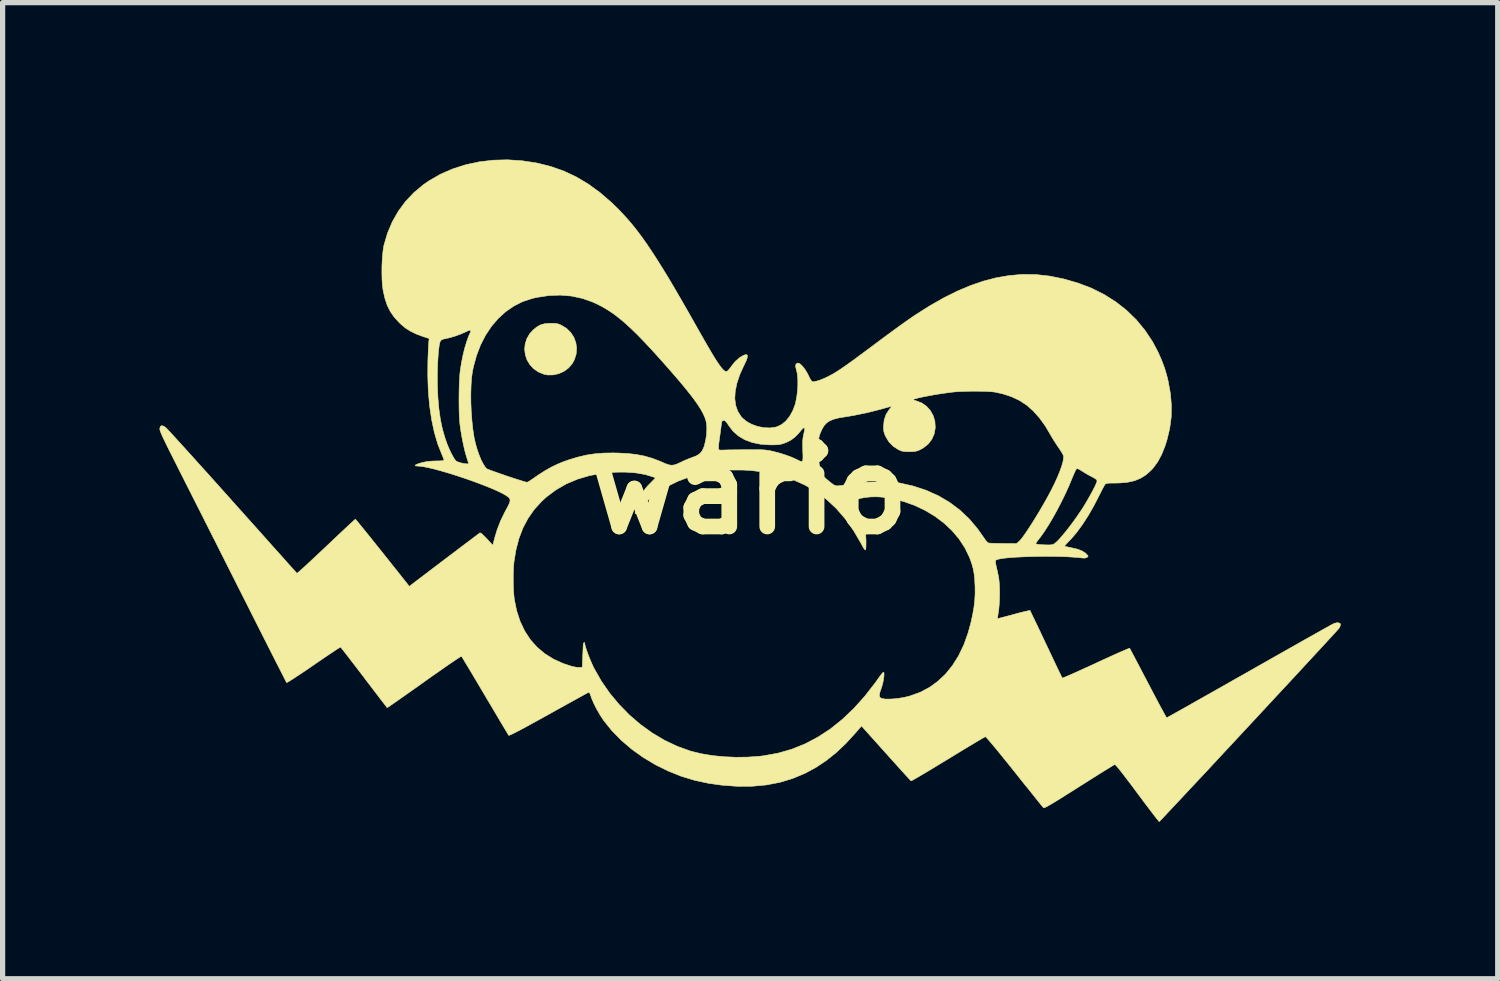
<source format=kicad_pcb>
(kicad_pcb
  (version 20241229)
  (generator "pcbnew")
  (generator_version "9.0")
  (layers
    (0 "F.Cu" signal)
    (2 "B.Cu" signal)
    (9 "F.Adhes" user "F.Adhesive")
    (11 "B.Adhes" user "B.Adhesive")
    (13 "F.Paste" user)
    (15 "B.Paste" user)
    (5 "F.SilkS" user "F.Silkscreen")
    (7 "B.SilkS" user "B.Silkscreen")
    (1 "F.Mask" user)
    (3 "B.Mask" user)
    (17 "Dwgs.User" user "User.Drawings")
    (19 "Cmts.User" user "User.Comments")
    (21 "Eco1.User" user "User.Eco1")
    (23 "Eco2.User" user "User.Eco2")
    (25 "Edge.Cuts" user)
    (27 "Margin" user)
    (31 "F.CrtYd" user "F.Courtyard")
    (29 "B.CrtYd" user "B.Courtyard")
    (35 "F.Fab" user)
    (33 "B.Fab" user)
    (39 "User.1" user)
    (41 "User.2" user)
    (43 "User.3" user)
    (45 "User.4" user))
  (footprint "wario"
    (layer "F.Cu")
    (at 11.291 6.326)
    (property "Reference" "wario" (at 0 0 0) (layer "F.SilkS") (effects (font (size 1.524 1.524) (thickness 0.3))))
    (attr through_hole)
    (fp_poly (pts (xy -3.75 -3.194) (xy -3.701 -3.19) (xy -3.66 -3.18) (xy -3.617 -3.162) (xy -3.611 -3.159) (xy -3.51 -3.098) (xy -3.43 -3.019) (xy -3.37 -2.927) (xy -3.332 -2.825) (xy -3.317 -2.717) (xy -3.326 -2.607) (xy -3.36 -2.499) (xy -3.403 -2.422) (xy -3.471 -2.342) (xy -3.558 -2.278) (xy -3.657 -2.233) (xy -3.762 -2.209) (xy -3.868 -2.207) (xy -3.938 -2.22) (xy -4.047 -2.264) (xy -4.138 -2.326) (xy -4.211 -2.405) (xy -4.265 -2.494) (xy -4.298 -2.593) (xy -4.311 -2.696) (xy -4.301 -2.8) (xy -4.269 -2.901) (xy -4.213 -2.997) (xy -4.15 -3.066) (xy -4.079 -3.125) (xy -4.01 -3.164) (xy -3.934 -3.186) (xy -3.843 -3.195) (xy -3.817 -3.195) (xy -3.75 -3.194)) (stroke (width 0.01) (type solid)) (fill yes) (layer "F.SilkS"))
    (fp_poly (pts (xy -4.361 -6.303) (xy -4.081 -6.26) (xy -4.069 -6.258) (xy -3.81 -6.193) (xy -3.562 -6.106) (xy -3.324 -5.994) (xy -3.094 -5.857) (xy -2.87 -5.694) (xy -2.65 -5.504) (xy -2.591 -5.447) (xy -2.5 -5.357) (xy -2.412 -5.263) (xy -2.325 -5.166) (xy -2.238 -5.063) (xy -2.151 -4.953) (xy -2.062 -4.833) (xy -1.97 -4.703) (xy -1.875 -4.561) (xy -1.774 -4.405) (xy -1.667 -4.234) (xy -1.552 -4.046) (xy -1.43 -3.839) (xy -1.298 -3.611) (xy -1.155 -3.362) (xy -1.001 -3.09) (xy -0.905 -2.92) (xy -0.82 -2.773) (xy -0.747 -2.648) (xy -0.684 -2.543) (xy -0.63 -2.459) (xy -0.584 -2.392) (xy -0.545 -2.341) (xy -0.513 -2.305) (xy -0.486 -2.283) (xy -0.464 -2.273) (xy -0.455 -2.272) (xy -0.431 -2.285) (xy -0.396 -2.322) (xy -0.363 -2.368) (xy -0.285 -2.466) (xy -0.202 -2.538) (xy -0.145 -2.573) (xy -0.097 -2.594) (xy -0.066 -2.596) (xy -0.052 -2.578) (xy -0.055 -2.541) (xy -0.075 -2.482) (xy -0.112 -2.402) (xy -0.119 -2.39) (xy -0.198 -2.215) (xy -0.253 -2.05) (xy -0.285 -1.897) (xy -0.293 -1.757) (xy -0.277 -1.629) (xy -0.237 -1.514) (xy -0.174 -1.414) (xy -0.15 -1.386) (xy -0.068 -1.318) (xy 0.032 -1.263) (xy 0.144 -1.223) (xy 0.262 -1.2) (xy 0.379 -1.195) (xy 0.488 -1.211) (xy 0.519 -1.22) (xy 0.605 -1.262) (xy 0.685 -1.329) (xy 0.756 -1.418) (xy 0.815 -1.523) (xy 0.86 -1.642) (xy 0.868 -1.672) (xy 0.89 -1.781) (xy 0.905 -1.898) (xy 0.912 -2.015) (xy 0.911 -2.127) (xy 0.902 -2.227) (xy 0.884 -2.307) (xy 0.881 -2.317) (xy 0.868 -2.373) (xy 0.875 -2.412) (xy 0.902 -2.434) (xy 0.907 -2.435) (xy 0.936 -2.431) (xy 0.972 -2.404) (xy 1.013 -2.361) (xy 1.055 -2.304) (xy 1.095 -2.238) (xy 1.117 -2.193) (xy 1.142 -2.142) (xy 1.166 -2.103) (xy 1.186 -2.082) (xy 1.189 -2.08) (xy 1.223 -2.08) (xy 1.276 -2.091) (xy 1.344 -2.113) (xy 1.42 -2.144) (xy 1.488 -2.176) (xy 1.539 -2.203) (xy 1.592 -2.232) (xy 1.649 -2.267) (xy 1.712 -2.307) (xy 1.783 -2.356) (xy 1.865 -2.413) (xy 1.96 -2.481) (xy 2.07 -2.562) (xy 2.197 -2.656) (xy 2.344 -2.765) (xy 2.391 -2.801) (xy 2.508 -2.888) (xy 2.627 -2.976) (xy 2.745 -3.063) (xy 2.857 -3.144) (xy 2.96 -3.218) (xy 3.051 -3.281) (xy 3.124 -3.332) (xy 3.151 -3.35) (xy 3.431 -3.528) (xy 3.7 -3.681) (xy 3.959 -3.81) (xy 4.21 -3.916) (xy 4.456 -4.001) (xy 4.697 -4.064) (xy 4.937 -4.106) (xy 5.176 -4.128) (xy 5.214 -4.13) (xy 5.467 -4.127) (xy 5.726 -4.098) (xy 5.993 -4.044) (xy 6.267 -3.965) (xy 6.526 -3.867) (xy 6.767 -3.746) (xy 6.991 -3.605) (xy 7.197 -3.443) (xy 7.383 -3.262) (xy 7.548 -3.062) (xy 7.693 -2.844) (xy 7.796 -2.65) (xy 7.867 -2.489) (xy 7.924 -2.338) (xy 7.969 -2.183) (xy 7.992 -2.087) (xy 8.035 -1.849) (xy 8.054 -1.622) (xy 8.05 -1.401) (xy 8.021 -1.183) (xy 7.968 -0.963) (xy 7.933 -0.852) (xy 7.867 -0.687) (xy 7.791 -0.545) (xy 7.703 -0.426) (xy 7.662 -0.382) (xy 7.566 -0.297) (xy 7.464 -0.233) (xy 7.35 -0.186) (xy 7.221 -0.157) (xy 7.074 -0.143) (xy 6.992 -0.141) (xy 6.914 -0.141) (xy 6.86 -0.139) (xy 6.824 -0.135) (xy 6.802 -0.129) (xy 6.788 -0.12) (xy 6.785 -0.116) (xy 6.772 -0.095) (xy 6.749 -0.054) (xy 6.72 0.002) (xy 6.686 0.069) (xy 6.671 0.099) (xy 6.568 0.299) (xy 6.461 0.485) (xy 6.352 0.653) (xy 6.244 0.801) (xy 6.138 0.926) (xy 6.102 0.963) (xy 6.062 1.004) (xy 6.031 1.038) (xy 6.015 1.06) (xy 6.013 1.065) (xy 6.03 1.071) (xy 6.067 1.08) (xy 6.118 1.09) (xy 6.139 1.095) (xy 6.252 1.121) (xy 6.34 1.154) (xy 6.406 1.194) (xy 6.429 1.216) (xy 6.454 1.243) (xy 6.461 1.259) (xy 6.452 1.271) (xy 6.442 1.279) (xy 6.402 1.294) (xy 6.357 1.292) (xy 6.265 1.282) (xy 6.157 1.274) (xy 6.036 1.267) (xy 5.905 1.263) (xy 5.767 1.261) (xy 5.626 1.26) (xy 5.484 1.262) (xy 5.345 1.265) (xy 5.212 1.27) (xy 5.087 1.276) (xy 4.975 1.284) (xy 4.877 1.293) (xy 4.798 1.304) (xy 4.739 1.316) (xy 4.705 1.329) (xy 4.701 1.332) (xy 4.692 1.345) (xy 4.69 1.365) (xy 4.694 1.398) (xy 4.704 1.449) (xy 4.711 1.477) (xy 4.727 1.547) (xy 4.742 1.62) (xy 4.754 1.683) (xy 4.755 1.693) (xy 4.763 1.77) (xy 4.768 1.865) (xy 4.769 1.973) (xy 4.767 2.083) (xy 4.761 2.187) (xy 4.753 2.278) (xy 4.748 2.313) (xy 4.739 2.37) (xy 4.733 2.416) (xy 4.73 2.444) (xy 4.73 2.449) (xy 4.745 2.447) (xy 4.782 2.438) (xy 4.839 2.423) (xy 4.911 2.404) (xy 4.995 2.382) (xy 5.038 2.37) (xy 5.126 2.346) (xy 5.205 2.326) (xy 5.27 2.311) (xy 5.319 2.3) (xy 5.346 2.296) (xy 5.35 2.297) (xy 5.358 2.311) (xy 5.376 2.349) (xy 5.404 2.407) (xy 5.441 2.483) (xy 5.485 2.575) (xy 5.535 2.68) (xy 5.59 2.796) (xy 5.648 2.919) (xy 5.659 2.942) (xy 5.718 3.067) (xy 5.774 3.184) (xy 5.824 3.291) (xy 5.869 3.386) (xy 5.907 3.465) (xy 5.937 3.526) (xy 5.957 3.568) (xy 5.967 3.586) (xy 5.967 3.587) (xy 5.981 3.583) (xy 6.019 3.568) (xy 6.076 3.544) (xy 6.152 3.511) (xy 6.244 3.47) (xy 6.349 3.422) (xy 6.464 3.37) (xy 6.588 3.313) (xy 6.611 3.302) (xy 6.736 3.244) (xy 6.853 3.191) (xy 6.96 3.142) (xy 7.054 3.1) (xy 7.133 3.066) (xy 7.195 3.039) (xy 7.236 3.023) (xy 7.254 3.017) (xy 7.255 3.017) (xy 7.263 3.031) (xy 7.283 3.068) (xy 7.313 3.125) (xy 7.353 3.2) (xy 7.401 3.291) (xy 7.455 3.394) (xy 7.515 3.509) (xy 7.58 3.633) (xy 7.608 3.686) (xy 7.674 3.812) (xy 7.736 3.93) (xy 7.793 4.038) (xy 7.844 4.134) (xy 7.888 4.214) (xy 7.922 4.277) (xy 7.947 4.321) (xy 7.961 4.344) (xy 7.963 4.346) (xy 7.977 4.339) (xy 8.013 4.319) (xy 8.071 4.287) (xy 8.149 4.243) (xy 8.246 4.189) (xy 8.361 4.125) (xy 8.49 4.051) (xy 8.634 3.97) (xy 8.791 3.881) (xy 8.96 3.786) (xy 9.138 3.685) (xy 9.324 3.579) (xy 9.518 3.47) (xy 9.542 3.456) (xy 9.737 3.345) (xy 9.926 3.238) (xy 10.107 3.135) (xy 10.279 3.038) (xy 10.44 2.947) (xy 10.588 2.863) (xy 10.723 2.787) (xy 10.843 2.72) (xy 10.945 2.662) (xy 11.03 2.615) (xy 11.094 2.579) (xy 11.137 2.556) (xy 11.158 2.545) (xy 11.158 2.545) (xy 11.209 2.53) (xy 11.252 2.531) (xy 11.28 2.545) (xy 11.286 2.559) (xy 11.282 2.586) (xy 11.265 2.623) (xy 11.257 2.636) (xy 11.244 2.651) (xy 11.214 2.685) (xy 11.167 2.737) (xy 11.104 2.805) (xy 11.027 2.889) (xy 10.937 2.987) (xy 10.834 3.098) (xy 10.721 3.22) (xy 10.598 3.353) (xy 10.467 3.495) (xy 10.329 3.644) (xy 10.184 3.8) (xy 10.034 3.961) (xy 9.881 4.126) (xy 9.725 4.294) (xy 9.568 4.463) (xy 9.41 4.633) (xy 9.254 4.801) (xy 9.099 4.967) (xy 8.948 5.129) (xy 8.802 5.287) (xy 8.661 5.438) (xy 8.527 5.581) (xy 8.4 5.716) (xy 8.284 5.841) (xy 8.177 5.955) (xy 8.082 6.056) (xy 8 6.143) (xy 7.932 6.216) (xy 7.879 6.272) (xy 7.842 6.31) (xy 7.823 6.329) (xy 7.82 6.332) (xy 7.81 6.321) (xy 7.785 6.29) (xy 7.746 6.241) (xy 7.696 6.175) (xy 7.635 6.096) (xy 7.566 6.005) (xy 7.49 5.903) (xy 7.409 5.795) (xy 7.401 5.784) (xy 7.294 5.64) (xy 7.203 5.52) (xy 7.127 5.421) (xy 7.067 5.344) (xy 7.021 5.288) (xy 6.99 5.254) (xy 6.973 5.24) (xy 6.971 5.24) (xy 6.955 5.248) (xy 6.918 5.27) (xy 6.862 5.305) (xy 6.788 5.35) (xy 6.699 5.405) (xy 6.598 5.469) (xy 6.487 5.539) (xy 6.367 5.615) (xy 6.288 5.664) (xy 6.144 5.756) (xy 6.021 5.833) (xy 5.919 5.897) (xy 5.835 5.949) (xy 5.768 5.989) (xy 5.715 6.02) (xy 5.675 6.043) (xy 5.646 6.057) (xy 5.626 6.064) (xy 5.613 6.066) (xy 5.606 6.064) (xy 5.606 6.064) (xy 5.594 6.049) (xy 5.565 6.015) (xy 5.523 5.962) (xy 5.467 5.893) (xy 5.401 5.81) (xy 5.325 5.715) (xy 5.24 5.61) (xy 5.149 5.496) (xy 5.054 5.376) (xy 5.053 5.375) (xy 4.957 5.255) (xy 4.866 5.143) (xy 4.782 5.039) (xy 4.706 4.946) (xy 4.639 4.866) (xy 4.583 4.8) (xy 4.54 4.75) (xy 4.512 4.719) (xy 4.499 4.708) (xy 4.499 4.708) (xy 4.483 4.715) (xy 4.446 4.736) (xy 4.389 4.769) (xy 4.315 4.813) (xy 4.225 4.867) (xy 4.123 4.928) (xy 4.009 4.997) (xy 3.887 5.072) (xy 3.784 5.135) (xy 3.656 5.212) (xy 3.536 5.285) (xy 3.426 5.352) (xy 3.326 5.411) (xy 3.24 5.462) (xy 3.17 5.503) (xy 3.118 5.532) (xy 3.086 5.549) (xy 3.076 5.553) (xy 3.065 5.541) (xy 3.036 5.51) (xy 2.992 5.463) (xy 2.935 5.4) (xy 2.867 5.325) (xy 2.789 5.238) (xy 2.703 5.143) (xy 2.612 5.041) (xy 2.596 5.024) (xy 2.129 4.503) (xy 2.004 4.647) (xy 1.822 4.845) (xy 1.638 5.018) (xy 1.451 5.167) (xy 1.257 5.296) (xy 1.053 5.406) (xy 1.042 5.411) (xy 0.81 5.508) (xy 0.567 5.581) (xy 0.311 5.63) (xy 0.042 5.655) (xy -0.24 5.657) (xy -0.537 5.635) (xy -0.79 5.6) (xy -1.054 5.544) (xy -1.315 5.465) (xy -1.569 5.363) (xy -1.814 5.242) (xy -2.047 5.102) (xy -2.265 4.946) (xy -2.465 4.775) (xy -2.645 4.591) (xy -2.801 4.396) (xy -2.801 4.396) (xy -2.867 4.296) (xy -2.929 4.189) (xy -2.984 4.082) (xy -3.027 3.983) (xy -3.044 3.934) (xy -3.062 3.884) (xy -3.079 3.861) (xy -3.087 3.859) (xy -3.102 3.867) (xy -3.14 3.887) (xy -3.198 3.919) (xy -3.274 3.961) (xy -3.366 4.012) (xy -3.472 4.07) (xy -3.589 4.135) (xy -3.716 4.205) (xy -3.849 4.28) (xy -3.855 4.283) (xy -4.022 4.375) (xy -4.165 4.454) (xy -4.286 4.52) (xy -4.386 4.574) (xy -4.467 4.616) (xy -4.529 4.648) (xy -4.574 4.669) (xy -4.602 4.68) (xy -4.616 4.682) (xy -4.617 4.682) (xy -4.626 4.667) (xy -4.648 4.629) (xy -4.682 4.572) (xy -4.727 4.497) (xy -4.781 4.407) (xy -4.843 4.302) (xy -4.911 4.187) (xy -4.985 4.062) (xy -5.064 3.93) (xy -5.068 3.923) (xy -5.146 3.791) (xy -5.22 3.666) (xy -5.289 3.55) (xy -5.351 3.446) (xy -5.406 3.355) (xy -5.451 3.28) (xy -5.485 3.223) (xy -5.508 3.186) (xy -5.518 3.17) (xy -5.518 3.17) (xy -5.531 3.176) (xy -5.565 3.197) (xy -5.618 3.231) (xy -5.688 3.278) (xy -5.773 3.336) (xy -5.87 3.404) (xy -5.979 3.48) (xy -6.097 3.562) (xy -6.221 3.65) (xy -6.23 3.657) (xy -6.355 3.746) (xy -6.473 3.829) (xy -6.582 3.906) (xy -6.68 3.975) (xy -6.765 4.035) (xy -6.836 4.084) (xy -6.889 4.121) (xy -6.924 4.144) (xy -6.938 4.153) (xy -6.938 4.153) (xy -6.948 4.142) (xy -6.973 4.11) (xy -7.011 4.06) (xy -7.063 3.994) (xy -7.124 3.913) (xy -7.195 3.821) (xy -7.272 3.719) (xy -7.356 3.61) (xy -7.382 3.574) (xy -7.467 3.463) (xy -7.547 3.358) (xy -7.621 3.263) (xy -7.686 3.178) (xy -7.741 3.107) (xy -7.784 3.052) (xy -7.814 3.014) (xy -7.829 2.996) (xy -7.831 2.995) (xy -7.844 3.002) (xy -7.879 3.023) (xy -7.931 3.057) (xy -8 3.103) (xy -8.082 3.158) (xy -8.175 3.221) (xy -8.277 3.29) (xy -8.346 3.338) (xy -8.452 3.411) (xy -8.551 3.478) (xy -8.641 3.537) (xy -8.718 3.588) (xy -8.781 3.629) (xy -8.828 3.657) (xy -8.855 3.672) (xy -8.862 3.674) (xy -8.869 3.66) (xy -8.889 3.622) (xy -8.919 3.562) (xy -8.96 3.482) (xy -9.011 3.381) (xy -9.072 3.263) (xy -9.14 3.128) (xy -9.216 2.978) (xy -9.299 2.814) (xy -9.388 2.638) (xy -9.482 2.452) (xy -9.581 2.255) (xy -9.684 2.051) (xy -9.765 1.891) (xy -9.877 1.668) (xy -9.99 1.445) (xy -10.102 1.222) (xy -10.213 1.001) (xy -10.322 0.786) (xy -10.426 0.579) (xy -10.526 0.381) (xy -10.621 0.194) (xy -10.708 0.021) (xy -10.787 -0.135) (xy -10.857 -0.274) (xy -10.917 -0.392) (xy -10.965 -0.488) (xy -10.974 -0.506) (xy -11.047 -0.651) (xy -11.109 -0.773) (xy -11.159 -0.875) (xy -11.199 -0.958) (xy -11.231 -1.024) (xy -11.254 -1.076) (xy -11.27 -1.116) (xy -11.28 -1.145) (xy -11.285 -1.167) (xy -11.286 -1.182) (xy -11.286 -1.183) (xy -11.275 -1.223) (xy -11.251 -1.239) (xy -11.214 -1.229) (xy -11.174 -1.204) (xy -11.158 -1.188) (xy -11.125 -1.153) (xy -11.075 -1.1) (xy -11.01 -1.029) (xy -10.931 -0.942) (xy -10.839 -0.841) (xy -10.735 -0.726) (xy -10.621 -0.6) (xy -10.497 -0.462) (xy -10.364 -0.315) (xy -10.225 -0.16) (xy -10.08 0.002) (xy -9.929 0.17) (xy -9.899 0.205) (xy -9.748 0.373) (xy -9.603 0.535) (xy -9.464 0.69) (xy -9.333 0.837) (xy -9.21 0.975) (xy -9.097 1.102) (xy -8.994 1.216) (xy -8.903 1.318) (xy -8.826 1.405) (xy -8.762 1.476) (xy -8.713 1.53) (xy -8.681 1.567) (xy -8.666 1.583) (xy -8.665 1.584) (xy -8.654 1.577) (xy -8.623 1.551) (xy -8.577 1.51) (xy -8.515 1.455) (xy -8.441 1.386) (xy -8.356 1.307) (xy -8.262 1.219) (xy -8.161 1.124) (xy -8.106 1.072) (xy -8.002 0.974) (xy -7.904 0.881) (xy -7.814 0.796) (xy -7.734 0.721) (xy -7.665 0.657) (xy -7.611 0.607) (xy -7.572 0.571) (xy -7.55 0.553) (xy -7.547 0.55) (xy -7.537 0.561) (xy -7.51 0.592) (xy -7.47 0.641) (xy -7.416 0.707) (xy -7.352 0.786) (xy -7.277 0.878) (xy -7.195 0.981) (xy -7.106 1.092) (xy -7.026 1.192) (xy -6.515 1.834) (xy -6.464 1.794) (xy -6.433 1.77) (xy -6.384 1.732) (xy -6.338 1.698) (xy -4.529 1.698) (xy -4.527 1.822) (xy -4.522 1.939) (xy -4.513 2.041) (xy -4.508 2.084) (xy -4.463 2.303) (xy -4.397 2.504) (xy -4.31 2.687) (xy -4.203 2.851) (xy -4.075 2.995) (xy -3.927 3.12) (xy -3.759 3.225) (xy -3.571 3.31) (xy -3.421 3.359) (xy -3.362 3.373) (xy -3.306 3.382) (xy -3.265 3.384) (xy -3.263 3.384) (xy -3.21 3.38) (xy -3.201 3.182) (xy -3.198 3.107) (xy -3.195 3.039) (xy -3.193 2.985) (xy -3.191 2.95) (xy -3.191 2.946) (xy -3.184 2.918) (xy -3.173 2.907) (xy -3.163 2.914) (xy -3.161 2.93) (xy -3.155 2.963) (xy -3.14 3.016) (xy -3.117 3.084) (xy -3.089 3.16) (xy -3.057 3.239) (xy -3.024 3.316) (xy -2.992 3.385) (xy -2.984 3.4) (xy -2.845 3.645) (xy -2.684 3.877) (xy -2.504 4.093) (xy -2.307 4.294) (xy -2.095 4.476) (xy -1.871 4.637) (xy -1.636 4.777) (xy -1.393 4.892) (xy -1.145 4.981) (xy -1.122 4.988) (xy -0.932 5.034) (xy -0.723 5.069) (xy -0.501 5.091) (xy -0.272 5.101) (xy -0.043 5.098) (xy 0.181 5.082) (xy 0.261 5.072) (xy 0.533 5.023) (xy 0.797 4.947) (xy 1.051 4.845) (xy 1.297 4.715) (xy 1.534 4.56) (xy 1.762 4.377) (xy 1.982 4.168) (xy 2.194 3.932) (xy 2.398 3.669) (xy 2.456 3.587) (xy 2.498 3.529) (xy 2.53 3.49) (xy 2.549 3.474) (xy 2.555 3.475) (xy 2.56 3.504) (xy 2.558 3.552) (xy 2.55 3.613) (xy 2.537 3.678) (xy 2.521 3.74) (xy 2.506 3.785) (xy 2.48 3.859) (xy 2.471 3.913) (xy 2.478 3.95) (xy 2.489 3.964) (xy 2.525 3.979) (xy 2.582 3.988) (xy 2.658 3.989) (xy 2.745 3.985) (xy 2.84 3.974) (xy 2.937 3.958) (xy 3.032 3.936) (xy 3.059 3.928) (xy 3.251 3.859) (xy 3.429 3.765) (xy 3.591 3.647) (xy 3.739 3.507) (xy 3.87 3.344) (xy 3.986 3.159) (xy 4.085 2.952) (xy 4.167 2.723) (xy 4.219 2.533) (xy 4.254 2.374) (xy 4.279 2.233) (xy 4.294 2.101) (xy 4.301 1.971) (xy 4.3 1.833) (xy 4.299 1.82) (xy 4.293 1.694) (xy 4.281 1.587) (xy 4.262 1.489) (xy 4.235 1.393) (xy 4.197 1.289) (xy 4.191 1.274) (xy 4.104 1.095) (xy 3.993 0.926) (xy 3.859 0.768) (xy 3.706 0.624) (xy 3.534 0.495) (xy 3.347 0.382) (xy 3.147 0.287) (xy 2.936 0.212) (xy 2.716 0.157) (xy 2.504 0.126) (xy 2.403 0.121) (xy 2.3 0.124) (xy 2.202 0.134) (xy 2.114 0.15) (xy 2.04 0.171) (xy 1.986 0.197) (xy 1.967 0.214) (xy 1.959 0.224) (xy 1.956 0.237) (xy 1.958 0.255) (xy 1.967 0.283) (xy 1.984 0.324) (xy 2.011 0.381) (xy 2.049 0.46) (xy 2.064 0.491) (xy 2.103 0.572) (xy 2.138 0.648) (xy 2.168 0.714) (xy 2.189 0.765) (xy 2.2 0.797) (xy 2.2 0.797) (xy 2.207 0.836) (xy 2.212 0.892) (xy 2.215 0.957) (xy 2.215 1.022) (xy 2.214 1.08) (xy 2.21 1.122) (xy 2.207 1.136) (xy 2.198 1.137) (xy 2.18 1.117) (xy 2.153 1.073) (xy 2.121 1.013) (xy 1.977 0.767) (xy 1.82 0.545) (xy 1.649 0.347) (xy 1.463 0.173) (xy 1.262 0.022) (xy 1.046 -0.104) (xy 0.814 -0.208) (xy 0.566 -0.288) (xy 0.301 -0.346) (xy 0.02 -0.381) (xy -0.141 -0.39) (xy -0.407 -0.39) (xy -0.666 -0.367) (xy -0.915 -0.324) (xy -1.152 -0.261) (xy -1.376 -0.178) (xy -1.584 -0.076) (xy -1.775 0.043) (xy -1.947 0.18) (xy -2.097 0.333) (xy -2.113 0.352) (xy -2.149 0.394) (xy -2.178 0.426) (xy -2.196 0.443) (xy -2.199 0.445) (xy -2.199 0.427) (xy -2.191 0.389) (xy -2.176 0.337) (xy -2.156 0.276) (xy -2.133 0.212) (xy -2.109 0.151) (xy -2.085 0.1) (xy -2.085 0.099) (xy -2.046 0.027) (xy -2.003 -0.036) (xy -1.948 -0.099) (xy -1.916 -0.131) (xy -1.807 -0.241) (xy -1.845 -0.255) (xy -2.004 -0.304) (xy -2.182 -0.335) (xy -2.381 -0.35) (xy -2.565 -0.349) (xy -2.825 -0.328) (xy -3.069 -0.284) (xy -3.299 -0.216) (xy -3.513 -0.126) (xy -3.711 -0.012) (xy -3.893 0.124) (xy -3.989 0.212) (xy -4.129 0.366) (xy -4.246 0.534) (xy -4.343 0.717) (xy -4.42 0.918) (xy -4.477 1.137) (xy -4.515 1.368) (xy -4.523 1.463) (xy -4.528 1.575) (xy -4.529 1.698) (xy -6.338 1.698) (xy -6.319 1.683) (xy -6.241 1.624) (xy -6.153 1.557) (xy -6.057 1.484) (xy -5.955 1.407) (xy -5.85 1.327) (xy -5.744 1.247) (xy -5.64 1.169) (xy -5.541 1.093) (xy -5.448 1.023) (xy -5.364 0.96) (xy -5.292 0.906) (xy -5.234 0.862) (xy -5.193 0.831) (xy -5.17 0.815) (xy -5.167 0.812) (xy -5.15 0.815) (xy -5.12 0.837) (xy -5.076 0.88) (xy -5.034 0.924) (xy -4.919 1.048) (xy -4.886 0.915) (xy -4.837 0.752) (xy -4.771 0.582) (xy -4.692 0.418) (xy -4.663 0.365) (xy -4.623 0.291) (xy -4.599 0.236) (xy -4.589 0.196) (xy -4.593 0.165) (xy -4.61 0.139) (xy -4.618 0.131) (xy -4.665 0.097) (xy -4.735 0.057) (xy -4.827 0.012) (xy -4.936 -0.036) (xy -5.059 -0.086) (xy -5.192 -0.137) (xy -5.333 -0.189) (xy -5.478 -0.239) (xy -5.624 -0.287) (xy -5.767 -0.332) (xy -5.904 -0.372) (xy -6.032 -0.407) (xy -6.147 -0.434) (xy -6.246 -0.454) (xy -6.326 -0.464) (xy -6.359 -0.466) (xy -6.394 -0.469) (xy -6.405 -0.477) (xy -6.394 -0.489) (xy -6.363 -0.504) (xy -6.316 -0.52) (xy -6.255 -0.536) (xy -6.189 -0.55) (xy -6.133 -0.557) (xy -6.063 -0.562) (xy -5.992 -0.564) (xy -5.983 -0.564) (xy -5.927 -0.565) (xy -5.882 -0.568) (xy -5.856 -0.571) (xy -5.853 -0.573) (xy -5.854 -0.588) (xy -5.866 -0.623) (xy -5.885 -0.669) (xy -5.891 -0.683) (xy -5.971 -0.884) (xy -6.037 -1.108) (xy -6.089 -1.353) (xy -6.128 -1.618) (xy -6.153 -1.9) (xy -6.16 -2.102) (xy -5.98 -2.102) (xy -5.979 -2.011) (xy -5.969 -1.772) (xy -5.95 -1.557) (xy -5.922 -1.36) (xy -5.884 -1.178) (xy -5.835 -1.007) (xy -5.792 -0.885) (xy -5.758 -0.803) (xy -5.722 -0.725) (xy -5.686 -0.657) (xy -5.654 -0.602) (xy -5.627 -0.568) (xy -5.623 -0.564) (xy -5.591 -0.547) (xy -5.542 -0.53) (xy -5.486 -0.517) (xy -5.434 -0.509) (xy -5.424 -0.509) (xy -5.379 -0.508) (xy -5.42 -0.635) (xy -5.45 -0.739) (xy -5.479 -0.864) (xy -5.507 -1.001) (xy -5.531 -1.141) (xy -5.548 -1.263) (xy -5.556 -1.354) (xy -5.562 -1.466) (xy -5.565 -1.593) (xy -5.566 -1.728) (xy -5.565 -1.852) (xy -5.34 -1.852) (xy -5.339 -1.683) (xy -5.332 -1.509) (xy -5.319 -1.337) (xy -5.302 -1.174) (xy -5.279 -1.023) (xy -5.277 -1.012) (xy -5.252 -0.9) (xy -5.22 -0.788) (xy -5.183 -0.681) (xy -5.143 -0.584) (xy -5.101 -0.503) (xy -5.061 -0.441) (xy -5.038 -0.416) (xy -5.019 -0.407) (xy -4.978 -0.391) (xy -4.919 -0.369) (xy -4.845 -0.343) (xy -4.762 -0.314) (xy -4.674 -0.283) (xy -4.584 -0.253) (xy -4.498 -0.225) (xy -4.419 -0.2) (xy -4.352 -0.179) (xy -4.301 -0.164) (xy -4.271 -0.157) (xy -4.267 -0.156) (xy -4.247 -0.163) (xy -4.213 -0.183) (xy -4.182 -0.204) (xy -4.043 -0.3) (xy -3.918 -0.379) (xy -3.802 -0.445) (xy -3.688 -0.5) (xy -3.572 -0.548) (xy -3.47 -0.584) (xy -3.299 -0.636) (xy -3.136 -0.675) (xy -2.974 -0.7) (xy -2.804 -0.714) (xy -2.619 -0.717) (xy -2.521 -0.715) (xy -2.338 -0.706) (xy -2.175 -0.687) (xy -2.024 -0.658) (xy -1.88 -0.617) (xy -1.733 -0.562) (xy -1.646 -0.524) (xy -1.574 -0.495) (xy -1.514 -0.482) (xy -1.457 -0.486) (xy -1.393 -0.507) (xy -1.332 -0.536) (xy -1.263 -0.569) (xy -1.184 -0.602) (xy -1.112 -0.629) (xy -1.109 -0.63) (xy -1.025 -0.663) (xy -0.964 -0.702) (xy -0.92 -0.753) (xy -0.887 -0.82) (xy -0.605 -0.82) (xy -0.604 -0.803) (xy -0.6 -0.784) (xy -0.588 -0.774) (xy -0.561 -0.771) (xy -0.515 -0.772) (xy -0.477 -0.773) (xy -0.416 -0.775) (xy -0.337 -0.776) (xy -0.245 -0.777) (xy -0.145 -0.778) (xy -0.078 -0.779) (xy 0.035 -0.78) (xy 0.124 -0.78) (xy 0.194 -0.779) (xy 0.251 -0.776) (xy 0.299 -0.772) (xy 0.343 -0.766) (xy 0.387 -0.758) (xy 0.419 -0.751) (xy 0.542 -0.72) (xy 0.665 -0.682) (xy 0.78 -0.641) (xy 0.877 -0.598) (xy 0.889 -0.592) (xy 0.936 -0.568) (xy 0.969 -0.554) (xy 0.991 -0.553) (xy 1.004 -0.568) (xy 1.009 -0.602) (xy 1.01 -0.657) (xy 1.007 -0.737) (xy 1.006 -0.758) (xy 1.006 -0.783) (xy 1.306 -0.783) (xy 1.307 -0.689) (xy 1.309 -0.615) (xy 1.314 -0.555) (xy 1.322 -0.5) (xy 1.334 -0.445) (xy 1.339 -0.427) (xy 1.355 -0.365) (xy 1.369 -0.323) (xy 1.386 -0.291) (xy 1.41 -0.263) (xy 1.446 -0.229) (xy 1.451 -0.224) (xy 1.499 -0.183) (xy 1.546 -0.145) (xy 1.583 -0.117) (xy 1.606 -0.103) (xy 1.629 -0.093) (xy 1.655 -0.088) (xy 1.689 -0.088) (xy 1.737 -0.093) (xy 1.801 -0.104) (xy 1.887 -0.119) (xy 1.933 -0.128) (xy 1.998 -0.139) (xy 2.057 -0.148) (xy 2.117 -0.154) (xy 2.184 -0.158) (xy 2.263 -0.16) (xy 2.361 -0.161) (xy 2.427 -0.162) (xy 2.563 -0.161) (xy 2.678 -0.158) (xy 2.771 -0.153) (xy 2.839 -0.145) (xy 2.85 -0.144) (xy 3.118 -0.084) (xy 3.367 -0.002) (xy 3.599 0.102) (xy 3.813 0.228) (xy 4.01 0.376) (xy 4.19 0.546) (xy 4.352 0.739) (xy 4.454 0.884) (xy 4.499 0.95) (xy 4.535 0.99) (xy 4.561 1.006) (xy 4.585 1.008) (xy 4.632 1.01) (xy 4.697 1.012) (xy 4.774 1.013) (xy 4.843 1.014) (xy 5.093 1.016) (xy 5.094 1.016) (xy 5.461 1.016) (xy 5.473 1.025) (xy 5.51 1.032) (xy 5.573 1.038) (xy 5.664 1.041) (xy 5.68 1.042) (xy 5.741 1.041) (xy 5.783 1.034) (xy 5.816 1.019) (xy 5.82 1.017) (xy 5.858 0.985) (xy 5.909 0.933) (xy 5.969 0.864) (xy 6.037 0.782) (xy 6.109 0.69) (xy 6.182 0.592) (xy 6.255 0.49) (xy 6.323 0.389) (xy 6.363 0.329) (xy 6.412 0.249) (xy 6.461 0.165) (xy 6.508 0.081) (xy 6.551 0.002) (xy 6.587 -0.068) (xy 6.613 -0.125) (xy 6.629 -0.166) (xy 6.632 -0.181) (xy 6.626 -0.2) (xy 6.605 -0.22) (xy 6.565 -0.245) (xy 6.53 -0.263) (xy 6.466 -0.297) (xy 6.399 -0.336) (xy 6.344 -0.371) (xy 6.292 -0.403) (xy 6.258 -0.417) (xy 6.241 -0.415) (xy 6.229 -0.398) (xy 6.209 -0.359) (xy 6.185 -0.305) (xy 6.157 -0.239) (xy 6.149 -0.219) (xy 6.091 -0.079) (xy 6.023 0.07) (xy 5.948 0.223) (xy 5.869 0.375) (xy 5.788 0.521) (xy 5.708 0.656) (xy 5.631 0.777) (xy 5.561 0.877) (xy 5.535 0.91) (xy 5.501 0.954) (xy 5.475 0.99) (xy 5.462 1.012) (xy 5.461 1.016) (xy 5.094 1.016) (xy 5.145 0.97) (xy 5.176 0.937) (xy 5.219 0.882) (xy 5.271 0.808) (xy 5.33 0.719) (xy 5.395 0.619) (xy 5.463 0.509) (xy 5.532 0.395) (xy 5.601 0.277) (xy 5.667 0.161) (xy 5.728 0.049) (xy 5.755 -0.003) (xy 5.819 -0.131) (xy 5.875 -0.253) (xy 5.921 -0.366) (xy 5.957 -0.466) (xy 5.981 -0.552) (xy 5.992 -0.619) (xy 5.991 -0.66) (xy 5.979 -0.688) (xy 5.955 -0.731) (xy 5.921 -0.783) (xy 5.899 -0.816) (xy 5.854 -0.882) (xy 5.807 -0.955) (xy 5.766 -1.022) (xy 5.755 -1.042) (xy 5.646 -1.227) (xy 5.532 -1.385) (xy 5.413 -1.519) (xy 5.286 -1.631) (xy 5.148 -1.721) (xy 4.997 -1.792) (xy 4.831 -1.846) (xy 4.685 -1.879) (xy 4.625 -1.886) (xy 4.542 -1.892) (xy 4.443 -1.895) (xy 4.334 -1.897) (xy 4.22 -1.897) (xy 4.108 -1.894) (xy 4.004 -1.89) (xy 3.912 -1.884) (xy 3.866 -1.879) (xy 3.744 -1.863) (xy 3.62 -1.845) (xy 3.498 -1.825) (xy 3.385 -1.804) (xy 3.283 -1.784) (xy 3.199 -1.764) (xy 3.136 -1.747) (xy 3.119 -1.741) (xy 3.119 -1.733) (xy 3.142 -1.723) (xy 3.175 -1.713) (xy 3.281 -1.672) (xy 3.372 -1.609) (xy 3.445 -1.527) (xy 3.499 -1.431) (xy 3.532 -1.322) (xy 3.539 -1.206) (xy 3.539 -1.194) (xy 3.518 -1.079) (xy 3.472 -0.975) (xy 3.403 -0.886) (xy 3.311 -0.813) (xy 3.248 -0.778) (xy 3.203 -0.759) (xy 3.161 -0.748) (xy 3.112 -0.742) (xy 3.045 -0.741) (xy 3.041 -0.741) (xy 2.975 -0.742) (xy 2.927 -0.747) (xy 2.886 -0.757) (xy 2.844 -0.775) (xy 2.834 -0.78) (xy 2.734 -0.845) (xy 2.651 -0.931) (xy 2.592 -1.029) (xy 2.568 -1.085) (xy 2.555 -1.133) (xy 2.55 -1.188) (xy 2.55 -1.227) (xy 2.563 -1.349) (xy 2.6 -1.456) (xy 2.661 -1.549) (xy 2.661 -1.55) (xy 2.687 -1.582) (xy 2.702 -1.603) (xy 2.704 -1.609) (xy 2.688 -1.605) (xy 2.65 -1.595) (xy 2.595 -1.58) (xy 2.528 -1.561) (xy 2.499 -1.553) (xy 2.244 -1.488) (xy 1.981 -1.434) (xy 1.805 -1.405) (xy 1.686 -1.385) (xy 1.592 -1.36) (xy 1.518 -1.329) (xy 1.459 -1.288) (xy 1.412 -1.235) (xy 1.372 -1.167) (xy 1.34 -1.094) (xy 1.327 -1.059) (xy 1.318 -1.025) (xy 1.312 -0.987) (xy 1.309 -0.939) (xy 1.307 -0.875) (xy 1.307 -0.788) (xy 1.306 -0.783) (xy 1.006 -0.783) (xy 1.004 -0.853) (xy 1.004 -0.926) (xy 1.008 -0.985) (xy 1.016 -1.036) (xy 1.021 -1.063) (xy 1.033 -1.114) (xy 1.041 -1.156) (xy 1.044 -1.179) (xy 1.044 -1.179) (xy 1.037 -1.197) (xy 1.018 -1.194) (xy 0.991 -1.169) (xy 0.991 -1.169) (xy 0.918 -1.082) (xy 0.851 -1.016) (xy 0.785 -0.966) (xy 0.714 -0.928) (xy 0.647 -0.901) (xy 0.602 -0.887) (xy 0.558 -0.878) (xy 0.506 -0.873) (xy 0.44 -0.871) (xy 0.381 -0.871) (xy 0.202 -0.883) (xy 0.041 -0.916) (xy -0.102 -0.969) (xy -0.226 -1.043) (xy -0.331 -1.137) (xy -0.409 -1.24) (xy -0.442 -1.29) (xy -0.467 -1.32) (xy -0.486 -1.334) (xy -0.506 -1.337) (xy -0.508 -1.337) (xy -0.527 -1.333) (xy -0.538 -1.321) (xy -0.546 -1.296) (xy -0.552 -1.25) (xy -0.554 -1.235) (xy -0.561 -1.176) (xy -0.571 -1.102) (xy -0.582 -1.024) (xy -0.587 -0.986) (xy -0.596 -0.921) (xy -0.602 -0.863) (xy -0.605 -0.82) (xy -0.887 -0.82) (xy -0.887 -0.821) (xy -0.875 -0.856) (xy -0.849 -0.964) (xy -0.832 -1.08) (xy -0.828 -1.191) (xy -0.833 -1.276) (xy -0.846 -1.335) (xy -0.867 -1.399) (xy -0.898 -1.468) (xy -0.94 -1.545) (xy -0.994 -1.631) (xy -1.062 -1.727) (xy -1.143 -1.834) (xy -1.24 -1.955) (xy -1.353 -2.091) (xy -1.484 -2.243) (xy -1.633 -2.413) (xy -1.7 -2.488) (xy -1.864 -2.67) (xy -2.014 -2.831) (xy -2.151 -2.973) (xy -2.278 -3.096) (xy -2.396 -3.204) (xy -2.508 -3.298) (xy -2.616 -3.38) (xy -2.721 -3.45) (xy -2.827 -3.512) (xy -2.934 -3.567) (xy -3.009 -3.601) (xy -3.207 -3.671) (xy -3.415 -3.716) (xy -3.63 -3.734) (xy -3.853 -3.725) (xy -4.081 -3.69) (xy -4.171 -3.669) (xy -4.35 -3.61) (xy -4.518 -3.525) (xy -4.674 -3.417) (xy -4.817 -3.287) (xy -4.946 -3.136) (xy -5.059 -2.966) (xy -5.155 -2.778) (xy -5.233 -2.574) (xy -5.292 -2.356) (xy -5.308 -2.278) (xy -5.325 -2.155) (xy -5.335 -2.012) (xy -5.34 -1.852) (xy -5.565 -1.852) (xy -5.565 -1.866) (xy -5.562 -2) (xy -5.556 -2.123) (xy -5.549 -2.23) (xy -5.541 -2.3) (xy -5.517 -2.449) (xy -5.488 -2.594) (xy -5.454 -2.73) (xy -5.417 -2.851) (xy -5.38 -2.953) (xy -5.36 -2.996) (xy -5.345 -3.032) (xy -5.34 -3.058) (xy -5.341 -3.062) (xy -5.357 -3.064) (xy -5.391 -3.053) (xy -5.43 -3.035) (xy -5.536 -2.988) (xy -5.65 -2.947) (xy -5.758 -2.916) (xy -5.807 -2.906) (xy -5.865 -2.893) (xy -5.901 -2.877) (xy -5.92 -2.859) (xy -5.933 -2.825) (xy -5.945 -2.767) (xy -5.955 -2.687) (xy -5.964 -2.591) (xy -5.971 -2.48) (xy -5.977 -2.359) (xy -5.98 -2.232) (xy -5.98 -2.102) (xy -6.16 -2.102) (xy -6.163 -2.198) (xy -6.161 -2.462) (xy -6.158 -2.558) (xy -6.154 -2.647) (xy -6.151 -2.726) (xy -6.147 -2.789) (xy -6.144 -2.83) (xy -6.144 -2.838) (xy -6.136 -2.904) (xy -6.253 -2.942) (xy -6.385 -2.991) (xy -6.496 -3.045) (xy -6.594 -3.108) (xy -6.685 -3.185) (xy -6.717 -3.217) (xy -6.808 -3.317) (xy -6.88 -3.422) (xy -6.937 -3.536) (xy -6.981 -3.666) (xy -7.015 -3.816) (xy -7.021 -3.853) (xy -7.032 -3.941) (xy -7.038 -4.049) (xy -7.04 -4.169) (xy -7.039 -4.293) (xy -7.033 -4.417) (xy -7.024 -4.531) (xy -7.012 -4.629) (xy -7.001 -4.687) (xy -6.933 -4.918) (xy -6.841 -5.136) (xy -6.726 -5.338) (xy -6.588 -5.525) (xy -6.428 -5.694) (xy -6.247 -5.845) (xy -6.138 -5.92) (xy -5.919 -6.046) (xy -5.684 -6.148) (xy -5.437 -6.227) (xy -5.179 -6.282) (xy -4.912 -6.314) (xy -4.639 -6.321) (xy -4.361 -6.303)) (stroke (width 0.01) (type solid)) (fill yes) (layer "F.SilkS")))
  (gr_rect
    (start -3 -3)
    (end 25.583 15.662)
    (stroke (width 0.1) (type default))
    (fill no)
    (layer "Edge.Cuts")))
</source>
